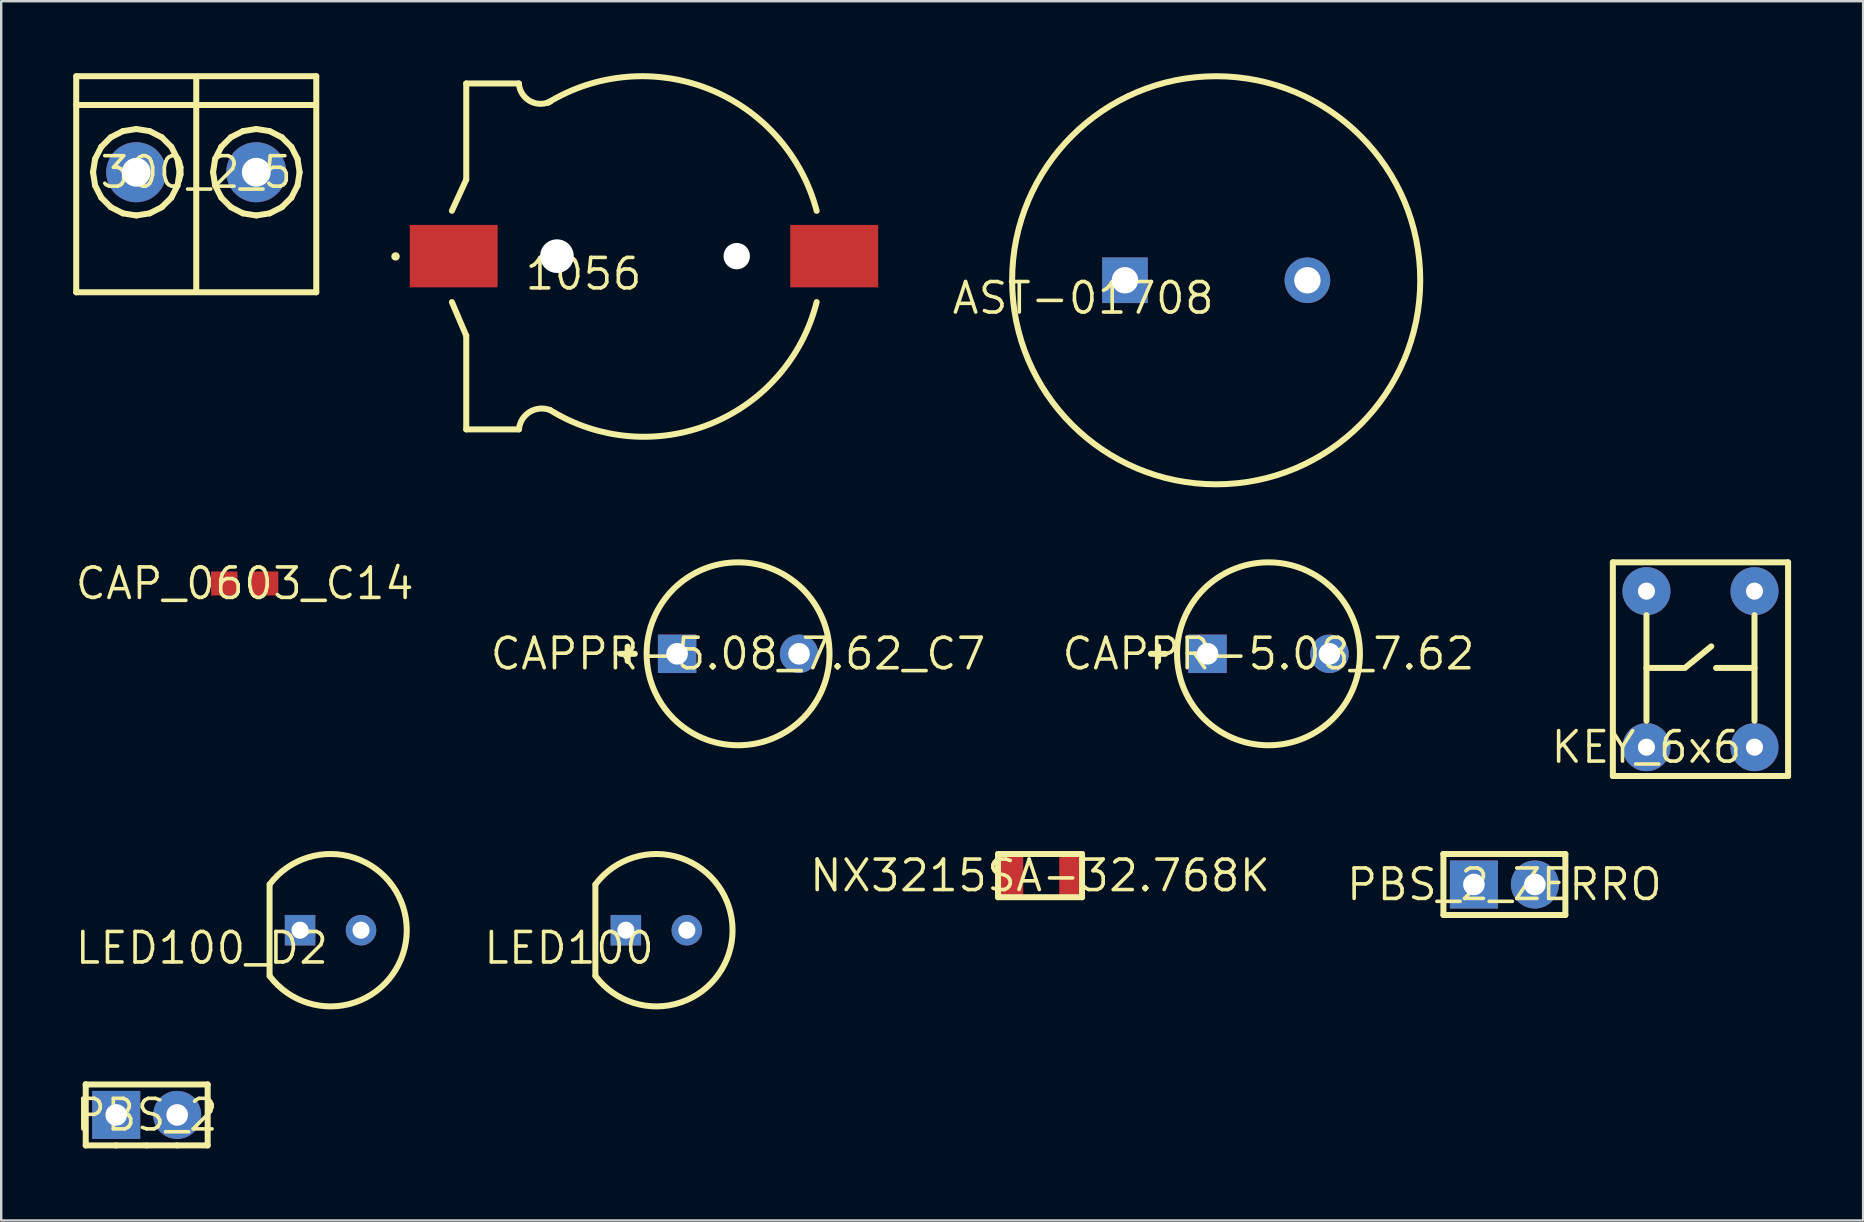
<source format=kicad_pcb>
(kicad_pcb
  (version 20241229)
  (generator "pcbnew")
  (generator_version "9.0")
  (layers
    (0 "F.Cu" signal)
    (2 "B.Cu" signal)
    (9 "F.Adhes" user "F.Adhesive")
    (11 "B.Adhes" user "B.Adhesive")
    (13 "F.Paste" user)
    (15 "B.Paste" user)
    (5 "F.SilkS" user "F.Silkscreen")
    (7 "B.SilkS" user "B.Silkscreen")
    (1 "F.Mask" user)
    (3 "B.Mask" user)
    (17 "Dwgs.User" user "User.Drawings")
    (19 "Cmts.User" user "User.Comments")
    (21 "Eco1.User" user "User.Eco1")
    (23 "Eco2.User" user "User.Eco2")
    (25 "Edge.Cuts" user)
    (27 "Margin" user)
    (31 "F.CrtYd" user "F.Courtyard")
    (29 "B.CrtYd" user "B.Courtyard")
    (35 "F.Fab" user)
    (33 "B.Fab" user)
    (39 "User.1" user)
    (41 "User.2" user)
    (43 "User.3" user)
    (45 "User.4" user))
  (footprint "NX3215SA-32.768K"
    (layer "F.Cu")
    (at 40.274 33.425)
    (property "Reference" "NX3215SA-32.768K" (at 0 0 0) (layer "F.SilkS") (effects (font (size 1.27 1.27) (thickness 0.15))))
    (attr through_hole)
    (fp_line (start -1.75 -0.9) (end 1.75 -0.9) (stroke (width 0.25) (type solid)) (layer "F.SilkS"))
    (fp_line (start -1.75 0.9) (end -1.75 -0.9) (stroke (width 0.25) (type solid)) (layer "F.SilkS"))
    (fp_line (start 1.75 -0.9) (end 1.75 0.9) (stroke (width 0.25) (type solid)) (layer "F.SilkS"))
    (fp_line (start 1.75 0.9) (end -1.75 0.9) (stroke (width 0.25) (type solid)) (layer "F.SilkS"))
    (pad "1" smd rect (at -1.2 0) (size 1 1.8) (layers "F.Cu" "F.Mask" "F.Paste"))
    (pad "2" smd rect (at 1.3 0) (size 1 1.8) (layers "F.Cu" "F.Mask" "F.Paste")))
  (footprint "PBS_2"
    (layer "F.Cu")
    (at 3.061 43.394)
    (property "Reference" "PBS_2" (at 0 0 0) (layer "F.SilkS") (effects (font (size 1.27 1.27) (thickness 0.15))))
    (attr through_hole)
    (fp_line (start -2.54 -1.27) (end -2.54 -1.27) (stroke (width 0.25) (type solid)) (layer "F.SilkS"))
    (fp_line (start -2.54 -1.27) (end -2.54 1.27) (stroke (width 0.25) (type solid)) (layer "F.SilkS"))
    (fp_line (start -2.54 -1.27) (end 2.54 -1.27) (stroke (width 0.25) (type solid)) (layer "F.SilkS"))
    (fp_line (start -1.27 1.27) (end -2.54 1.27) (stroke (width 0.25) (type solid)) (layer "F.SilkS"))
    (fp_line (start -1.27 1.27) (end 0 1.27) (stroke (width 0.25) (type solid)) (layer "F.SilkS"))
    (fp_line (start 1.27 1.27) (end 0 1.27) (stroke (width 0.25) (type solid)) (layer "F.SilkS"))
    (fp_line (start 1.27 1.27) (end 2.54 1.27) (stroke (width 0.25) (type solid)) (layer "F.SilkS"))
    (fp_line (start 2.54 1.27) (end 2.54 -1.27) (stroke (width 0.25) (type solid)) (layer "F.SilkS"))
    (pad "1" thru_hole rect (at -1.27 0) (size 2 2) (drill 0.9) (layers "*.Cu" "*.Mask"))
    (pad "2" thru_hole circle (at 1.27 0) (size 2 2) (drill 0.9) (layers "*.Cu" "*.Mask")))
  (footprint "PBS_2_ZERRO"
    (layer "F.Cu")
    (at 59.618 33.795)
    (property "Reference" "PBS_2_ZERRO" (at 0 0 0) (layer "F.SilkS") (effects (font (size 1.27 1.27) (thickness 0.15))))
    (attr through_hole)
    (fp_line (start -2.54 -1.27) (end -2.54 -1.27) (stroke (width 0.25) (type solid)) (layer "F.SilkS"))
    (fp_line (start -2.54 -1.27) (end -2.54 1.27) (stroke (width 0.25) (type solid)) (layer "F.SilkS"))
    (fp_line (start -2.54 -1.27) (end 2.54 -1.27) (stroke (width 0.25) (type solid)) (layer "F.SilkS"))
    (fp_line (start -1.27 1.27) (end -2.54 1.27) (stroke (width 0.25) (type solid)) (layer "F.SilkS"))
    (fp_line (start -1.27 1.27) (end 0 1.27) (stroke (width 0.25) (type solid)) (layer "F.SilkS"))
    (fp_line (start 1.27 1.27) (end 0 1.27) (stroke (width 0.25) (type solid)) (layer "F.SilkS"))
    (fp_line (start 1.27 1.27) (end 2.54 1.27) (stroke (width 0.25) (type solid)) (layer "F.SilkS"))
    (fp_line (start 2.54 1.27) (end 2.54 -1.27) (stroke (width 0.25) (type solid)) (layer "F.SilkS"))
    (pad "1" thru_hole rect (at -1.27 0) (size 2 2) (drill 0.9) (layers "*.Cu" "*.Mask"))
    (pad "2" thru_hole circle (at 1.27 0) (size 2 2) (drill 0.9) (layers "*.Cu" "*.Mask")))
  (footprint "LED100"
    (layer "F.Cu")
    (at 24.291 35.699)
    (property "Reference" "LED100" (at 0 0 0) (layer "F.SilkS") (effects (font (size 1.27 1.27) (thickness 0.15)) (justify right top)))
    (attr through_hole)
    (fp_line (start -2.54 1.903) (end -2.54 -1.903) (stroke (width 0.25) (type solid)) (layer "F.SilkS"))
    (fp_arc (start -2.534001 -1.910999) (mid 3.175167 -0.000001) (end -2.534 1.911) (stroke (width 0.25) (type solid)) (layer "F.SilkS"))
    (pad "1" thru_hole rect (at -1.27 0 90) (size 1.27 1.27) (drill 0.711) (layers "*.Cu" "*.Mask"))
    (pad "2" thru_hole circle (at 1.27 0) (size 1.27 1.27) (drill 0.711) (layers "*.Cu" "*.Mask")))
  (footprint "CAP_0603_C14"
    (layer "F.Cu")
    (at 7.143 21.256)
    (property "Reference" "CAP_0603_C14" (at 0 0 0) (layer "F.SilkS") (effects (font (size 1.27 1.27) (thickness 0.15))))
    (attr through_hole)
    (pad "1" smd rect (at -0.85 0 90) (size 1 1.1) (layers "F.Cu" "F.Mask" "F.Paste"))
    (pad "2" smd rect (at 0.85 0 90) (size 1 1.1) (layers "F.Cu" "F.Mask" "F.Paste")))
  (footprint "AST-01708"
    (layer "F.Cu")
    (at 47.612 8.625)
    (property "Reference" "AST-01708" (at 0 0 0) (layer "F.SilkS") (effects (font (size 1.27 1.27) (thickness 0.15)) (justify right top)))
    (attr through_hole)
    (fp_circle (center 0 0) (end 8.5 0) (stroke (width 0.25) (type solid)) (fill no) (layer "F.SilkS"))
    (pad "1" thru_hole rect (at -3.8 0) (size 1.9 1.9) (drill 1.1) (layers "*.Cu" "*.Mask"))
    (pad "2" thru_hole circle (at 3.8 0) (size 1.9 1.9) (drill 1.1) (layers "*.Cu" "*.Mask")))
  (footprint "CAPPR-5.08_7.62_C7"
    (layer "F.Cu")
    (at 27.696 24.185)
    (property "Reference" "CAPPR-5.08_7.62_C7" (at 0 0 0) (layer "F.SilkS") (effects (font (size 1.27 1.27) (thickness 0.15))))
    (attr through_hole)
    (fp_line (start -4.9 0) (end -4.3 0) (stroke (width 0.25) (type solid)) (layer "F.SilkS"))
    (fp_line (start -4.6 0.3) (end -4.6 -0.3) (stroke (width 0.25) (type solid)) (layer "F.SilkS"))
    (fp_circle (center 0 0) (end 3.81 0) (stroke (width 0.25) (type solid)) (fill no) (layer "F.SilkS"))
    (pad "1" thru_hole rect (at -2.54 0) (size 1.6 1.6) (drill 0.9) (layers "*.Cu" "*.Mask"))
    (pad "2" thru_hole circle (at 2.54 0) (size 1.6 1.6) (drill 0.9) (layers "*.Cu" "*.Mask")))
  (footprint "1056"
    (layer "F.Cu")
    (at 23.775 7.62)
    (property "Reference" "1056" (at 0 0 0) (layer "F.SilkS") (effects (font (size 1.27 1.27) (thickness 0.15)) (justify right top)))
    (attr through_hole)
    (fp_line (start -8.001 -1.888) (end -7.403 -3.189) (stroke (width 0.25) (type solid)) (layer "F.SilkS"))
    (fp_line (start -8.001 1.913) (end -7.403 3.314) (stroke (width 0.25) (type solid)) (layer "F.SilkS"))
    (fp_line (start -7.403 -3.189) (end -7.403 -7.192) (stroke (width 0.25) (type solid)) (layer "F.SilkS"))
    (fp_line (start -7.403 3.314) (end -7.403 7.216) (stroke (width 0.25) (type solid)) (layer "F.SilkS"))
    (fp_line (start -5.208 -7.192) (end -7.403 -7.192) (stroke (width 0.25) (type solid)) (layer "F.SilkS"))
    (fp_line (start -5.208 7.216) (end -7.403 7.216) (stroke (width 0.25) (type solid)) (layer "F.SilkS"))
    (fp_arc (start -5.207998 7.216) (mid -4.756003 6.487861) (end -3.902 6.416) (stroke (width 0.25) (type solid)) (layer "F.SilkS"))
    (fp_arc (start -4.001998 -6.390001) (mid 2.727212 -6.952202) (end 7.194 -1.888) (stroke (width 0.25) (type solid)) (layer "F.SilkS"))
    (fp_arc (start -3.901999 -6.440999) (mid -4.757392 -6.464536) (end -5.208 -7.192) (stroke (width 0.25) (type solid)) (layer "F.SilkS"))
    (fp_arc (start 7.194 1.913) (mid 2.788668 6.980189) (end -3.902 6.416) (stroke (width 0.25) (type solid)) (layer "F.SilkS"))
    (fp_poly (pts (xy -10.173 0.012) (xy -10.181 -0.042) (xy -10.206 -0.09) (xy -10.245 -0.129) (xy -10.294 -0.154) (xy -10.349 -0.162) (xy -10.403 -0.154) (xy -10.452 -0.129) (xy -10.491 -0.09) (xy -10.516 -0.042) (xy -10.525 0.012) (xy -10.516 0.066) (xy -10.491 0.115) (xy -10.452 0.154) (xy -10.403 0.178) (xy -10.349 0.187) (xy -10.294 0.178) (xy -10.245 0.154) (xy -10.206 0.115) (xy -10.181 0.066)) (stroke (width 0) (type solid)) (fill yes) (layer "F.SilkS"))
    (pad "" np_thru_hole circle (at -3.625 0) (size 1.4 1.4) (drill 1.4) (layers "*.Cu" "*.Mask"))
    (pad "" np_thru_hole circle (at 3.865 0) (size 1.1 1.1) (drill 1.1) (layers "*.Cu" "*.Mask"))
    (pad "1" smd rect (at -7.925 0 90) (size 2.6 3.66) (layers "F.Cu" "F.Mask" "F.Paste"))
    (pad "2" smd rect (at 7.925 0 90) (size 2.6 3.66) (layers "F.Cu" "F.Mask" "F.Paste")))
  (footprint "CAPPR-5.08_7.62"
    (layer "F.Cu")
    (at 49.791 24.185)
    (property "Reference" "CAPPR-5.08_7.62" (at 0 0 0) (layer "F.SilkS") (effects (font (size 1.27 1.27) (thickness 0.15))))
    (attr through_hole)
    (fp_line (start -4.9 0) (end -4.3 0) (stroke (width 0.25) (type solid)) (layer "F.SilkS"))
    (fp_line (start -4.6 0.3) (end -4.6 -0.3) (stroke (width 0.25) (type solid)) (layer "F.SilkS"))
    (fp_circle (center 0 0) (end 3.81 0) (stroke (width 0.25) (type solid)) (fill no) (layer "F.SilkS"))
    (pad "1" thru_hole rect (at -2.54 0) (size 1.6 1.6) (drill 0.9) (layers "*.Cu" "*.Mask"))
    (pad "2" thru_hole circle (at 2.54 0) (size 1.6 1.6) (drill 0.9) (layers "*.Cu" "*.Mask")))
  (footprint "300_2_5"
    (layer "F.Cu")
    (at 5.125 4.125)
    (property "Reference" "300_2_5" (at 0 0 0) (layer "F.SilkS") (effects (font (size 1.27 1.27) (thickness 0.15))))
    (attr through_hole)
    (fp_line (start -5 -4) (end 5 -4) (stroke (width 0.25) (type solid)) (layer "F.SilkS"))
    (fp_line (start -5 -2.8) (end 4.9 -2.8) (stroke (width 0.25) (type solid)) (layer "F.SilkS"))
    (fp_line (start -5 5) (end -5 -4) (stroke (width 0.25) (type solid)) (layer "F.SilkS"))
    (fp_line (start -4.3 0) (end -4.212 0.556) (stroke (width 0.25) (type solid)) (layer "F.SilkS"))
    (fp_line (start -4.212 -0.557) (end -4.3 0) (stroke (width 0.25) (type solid)) (layer "F.SilkS"))
    (fp_line (start -4.212 0.556) (end -3.956 1.058) (stroke (width 0.25) (type solid)) (layer "F.SilkS"))
    (fp_line (start -3.956 -1.058) (end -4.212 -0.557) (stroke (width 0.25) (type solid)) (layer "F.SilkS"))
    (fp_line (start -3.956 1.058) (end -3.557 1.456) (stroke (width 0.25) (type solid)) (layer "F.SilkS"))
    (fp_line (start -3.557 -1.457) (end -3.956 -1.058) (stroke (width 0.25) (type solid)) (layer "F.SilkS"))
    (fp_line (start -3.557 1.456) (end -3.054 1.712) (stroke (width 0.25) (type solid)) (layer "F.SilkS"))
    (fp_line (start -3.054 -1.712) (end -3.557 -1.457) (stroke (width 0.25) (type solid)) (layer "F.SilkS"))
    (fp_line (start -3.054 1.712) (end -2.497 1.8) (stroke (width 0.25) (type solid)) (layer "F.SilkS"))
    (fp_line (start -2.497 -1.8) (end -3.054 -1.712) (stroke (width 0.25) (type solid)) (layer "F.SilkS"))
    (fp_line (start -2.497 1.8) (end -1.94 1.712) (stroke (width 0.25) (type solid)) (layer "F.SilkS"))
    (fp_line (start -1.94 -1.712) (end -2.497 -1.8) (stroke (width 0.25) (type solid)) (layer "F.SilkS"))
    (fp_line (start -1.94 1.712) (end -1.437 1.456) (stroke (width 0.25) (type solid)) (layer "F.SilkS"))
    (fp_line (start -1.437 -1.457) (end -1.94 -1.712) (stroke (width 0.25) (type solid)) (layer "F.SilkS"))
    (fp_line (start -1.437 1.456) (end -1.038 1.058) (stroke (width 0.25) (type solid)) (layer "F.SilkS"))
    (fp_line (start -1.038 -1.058) (end -1.437 -1.457) (stroke (width 0.25) (type solid)) (layer "F.SilkS"))
    (fp_line (start -1.038 1.058) (end -0.782 0.556) (stroke (width 0.25) (type solid)) (layer "F.SilkS"))
    (fp_line (start -0.782 -0.557) (end -1.038 -1.058) (stroke (width 0.25) (type solid)) (layer "F.SilkS"))
    (fp_line (start -0.782 0.556) (end -0.694 0) (stroke (width 0.25) (type solid)) (layer "F.SilkS"))
    (fp_line (start -0.694 0) (end -0.782 -0.557) (stroke (width 0.25) (type solid)) (layer "F.SilkS"))
    (fp_line (start 0 -3.9) (end 0 4.9) (stroke (width 0.25) (type solid)) (layer "F.SilkS"))
    (fp_line (start 0.7 0) (end 0.788 0.556) (stroke (width 0.25) (type solid)) (layer "F.SilkS"))
    (fp_line (start 0.788 -0.557) (end 0.7 0) (stroke (width 0.25) (type solid)) (layer "F.SilkS"))
    (fp_line (start 0.788 0.556) (end 1.044 1.058) (stroke (width 0.25) (type solid)) (layer "F.SilkS"))
    (fp_line (start 1.044 -1.058) (end 0.788 -0.557) (stroke (width 0.25) (type solid)) (layer "F.SilkS"))
    (fp_line (start 1.044 1.058) (end 1.443 1.456) (stroke (width 0.25) (type solid)) (layer "F.SilkS"))
    (fp_line (start 1.443 -1.457) (end 1.044 -1.058) (stroke (width 0.25) (type solid)) (layer "F.SilkS"))
    (fp_line (start 1.443 1.456) (end 1.946 1.712) (stroke (width 0.25) (type solid)) (layer "F.SilkS"))
    (fp_line (start 1.946 -1.712) (end 1.443 -1.457) (stroke (width 0.25) (type solid)) (layer "F.SilkS"))
    (fp_line (start 1.946 1.712) (end 2.503 1.8) (stroke (width 0.25) (type solid)) (layer "F.SilkS"))
    (fp_line (start 2.503 -1.8) (end 1.946 -1.712) (stroke (width 0.25) (type solid)) (layer "F.SilkS"))
    (fp_line (start 2.503 1.8) (end 3.06 1.712) (stroke (width 0.25) (type solid)) (layer "F.SilkS"))
    (fp_line (start 3.06 -1.712) (end 2.503 -1.8) (stroke (width 0.25) (type solid)) (layer "F.SilkS"))
    (fp_line (start 3.06 1.712) (end 3.563 1.456) (stroke (width 0.25) (type solid)) (layer "F.SilkS"))
    (fp_line (start 3.563 -1.457) (end 3.06 -1.712) (stroke (width 0.25) (type solid)) (layer "F.SilkS"))
    (fp_line (start 3.563 1.456) (end 3.962 1.058) (stroke (width 0.25) (type solid)) (layer "F.SilkS"))
    (fp_line (start 3.962 -1.058) (end 3.563 -1.457) (stroke (width 0.25) (type solid)) (layer "F.SilkS"))
    (fp_line (start 3.962 1.058) (end 4.218 0.556) (stroke (width 0.25) (type solid)) (layer "F.SilkS"))
    (fp_line (start 4.218 -0.557) (end 3.962 -1.058) (stroke (width 0.25) (type solid)) (layer "F.SilkS"))
    (fp_line (start 4.218 0.556) (end 4.306 0) (stroke (width 0.25) (type solid)) (layer "F.SilkS"))
    (fp_line (start 4.306 0) (end 4.218 -0.557) (stroke (width 0.25) (type solid)) (layer "F.SilkS"))
    (fp_line (start 5 -4) (end 5 5) (stroke (width 0.25) (type solid)) (layer "F.SilkS"))
    (fp_line (start 5 5) (end -5 5) (stroke (width 0.25) (type solid)) (layer "F.SilkS"))
    (pad "1" thru_hole circle (at -2.5 0) (size 2.5 2.5) (drill 1.2) (layers "*.Cu" "*.Mask"))
    (pad "2" thru_hole circle (at 2.5 0) (size 2.5 2.5) (drill 1.2) (layers "*.Cu" "*.Mask")))
  (footprint "KEY_6x6"
    (layer "F.Cu")
    (at 65.536 28.075)
    (property "Reference" "KEY_6x6" (at 0 0 0) (layer "F.SilkS") (effects (font (size 1.27 1.27) (thickness 0.15))))
    (attr through_hole)
    (fp_line (start -1.4 -7.7) (end 5.9 -7.7) (stroke (width 0.25) (type solid)) (layer "F.SilkS"))
    (fp_line (start -1.4 1.2) (end -1.4 -7.7) (stroke (width 0.25) (type solid)) (layer "F.SilkS"))
    (fp_line (start 0 -5.5) (end 0 -1.1) (stroke (width 0.25) (type solid)) (layer "F.SilkS"))
    (fp_line (start 0 -3.3) (end 1.5 -3.3) (stroke (width 0.25) (type solid)) (layer "F.SilkS"))
    (fp_line (start 1.6 -3.3) (end 2.7 -4.2) (stroke (width 0.25) (type solid)) (layer "F.SilkS"))
    (fp_line (start 2.9 -3.3) (end 4.5 -3.3) (stroke (width 0.25) (type solid)) (layer "F.SilkS"))
    (fp_line (start 4.5 -5.5) (end 4.5 -1.1) (stroke (width 0.25) (type solid)) (layer "F.SilkS"))
    (fp_line (start 5.9 -7.7) (end 5.9 1.2) (stroke (width 0.25) (type solid)) (layer "F.SilkS"))
    (fp_line (start 5.9 1.2) (end -1.4 1.2) (stroke (width 0.25) (type solid)) (layer "F.SilkS"))
    (pad "1" thru_hole circle (at 4.5 -6.5) (size 2 2) (drill 0.711) (layers "*.Cu" "*.Mask"))
    (pad "2" thru_hole circle (at 4.5 0) (size 2 2) (drill 0.711) (layers "*.Cu" "*.Mask"))
    (pad "3" thru_hole circle (at 0 -6.5) (size 2 2) (drill 0.711) (layers "*.Cu" "*.Mask"))
    (pad "4" thru_hole circle (at 0 0) (size 2 2) (drill 0.711) (layers "*.Cu" "*.Mask")))
  (footprint "LED100_D2"
    (layer "F.Cu")
    (at 10.719 35.699)
    (property "Reference" "LED100_D2" (at 0 0 0) (layer "F.SilkS") (effects (font (size 1.27 1.27) (thickness 0.15)) (justify right top)))
    (attr through_hole)
    (fp_line (start -2.54 1.903) (end -2.54 -1.903) (stroke (width 0.25) (type solid)) (layer "F.SilkS"))
    (fp_arc (start -2.534001 -1.910999) (mid 3.175167 -0.000001) (end -2.534 1.911) (stroke (width 0.25) (type solid)) (layer "F.SilkS"))
    (pad "1" thru_hole rect (at -1.27 0 90) (size 1.27 1.27) (drill 0.711) (layers "*.Cu" "*.Mask"))
    (pad "2" thru_hole circle (at 1.27 0) (size 1.27 1.27) (drill 0.711) (layers "*.Cu" "*.Mask")))
  (gr_rect
    (start -3 -3)
    (end 74.561 47.789)
    (stroke (width 0.1) (type default))
    (fill no)
    (layer "Edge.Cuts")))
</source>
